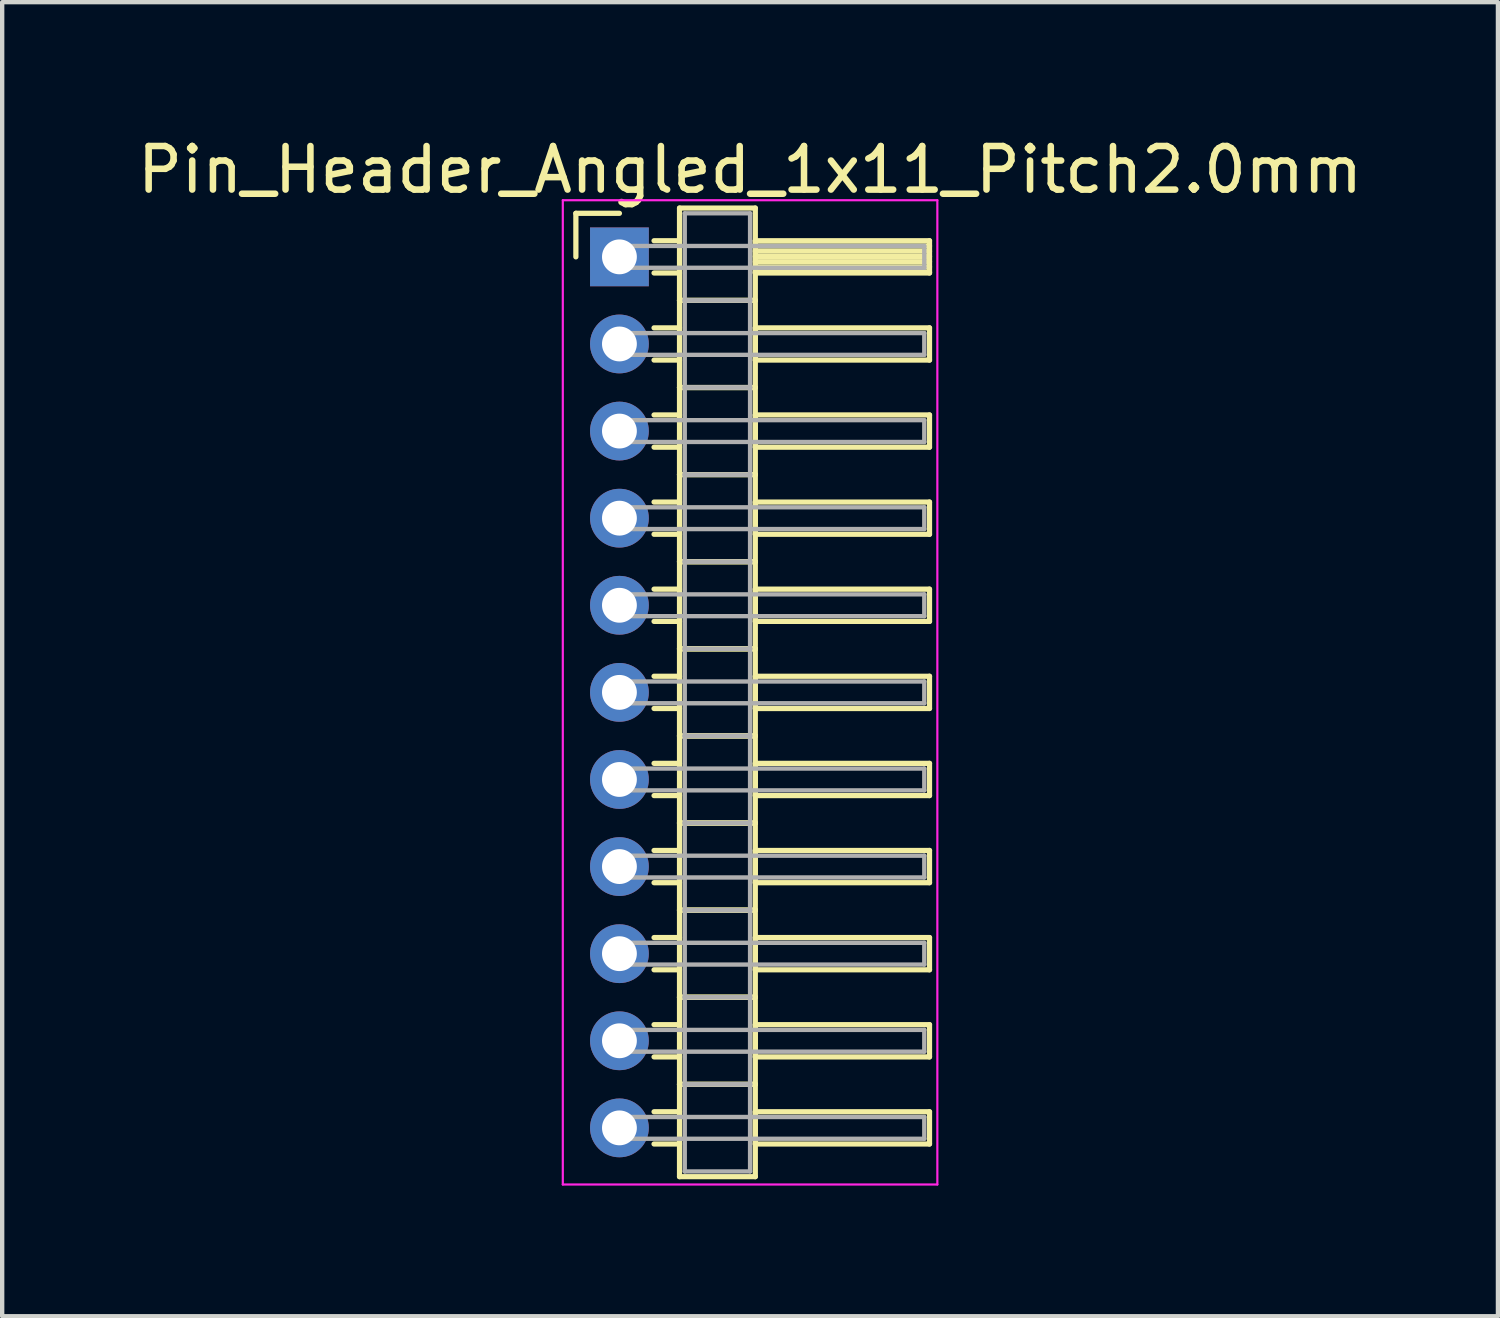
<source format=kicad_pcb>
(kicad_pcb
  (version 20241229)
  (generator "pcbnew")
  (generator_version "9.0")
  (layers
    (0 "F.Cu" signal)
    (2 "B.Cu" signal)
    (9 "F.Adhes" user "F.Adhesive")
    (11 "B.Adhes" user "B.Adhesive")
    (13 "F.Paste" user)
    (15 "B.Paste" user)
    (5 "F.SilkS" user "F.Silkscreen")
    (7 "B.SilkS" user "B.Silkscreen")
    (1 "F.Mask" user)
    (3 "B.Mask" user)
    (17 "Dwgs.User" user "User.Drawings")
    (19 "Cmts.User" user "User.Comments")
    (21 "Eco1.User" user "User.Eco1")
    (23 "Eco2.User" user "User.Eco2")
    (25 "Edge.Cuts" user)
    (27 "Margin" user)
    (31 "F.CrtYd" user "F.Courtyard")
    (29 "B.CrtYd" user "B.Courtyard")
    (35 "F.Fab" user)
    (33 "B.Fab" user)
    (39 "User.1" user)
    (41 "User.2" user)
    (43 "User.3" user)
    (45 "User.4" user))
  (footprint "Pin_Header_Angled_1x11_Pitch2.0mm"
    (layer "F.Cu")
    (at 11.173 2.848)
    (property "Reference" "Pin_Header_Angled_1x11_Pitch2.0mm" (at 3 -2 0) (layer "F.SilkS") (effects (font (size 1 1) (thickness 0.15))))
    (attr through_hole)
    (fp_line (start -1 -1) (end 0 -1) (stroke (width 0.12) (type solid)) (layer "F.SilkS"))
    (fp_line (start -1 0) (end -1 -1) (stroke (width 0.12) (type solid)) (layer "F.SilkS"))
    (fp_line (start 0.795 -0.37) (end 1.38 -0.37) (stroke (width 0.12) (type solid)) (layer "F.SilkS"))
    (fp_line (start 0.795 0.37) (end 1.38 0.37) (stroke (width 0.12) (type solid)) (layer "F.SilkS"))
    (fp_line (start 0.795 1.63) (end 1.38 1.63) (stroke (width 0.12) (type solid)) (layer "F.SilkS"))
    (fp_line (start 0.795 2.37) (end 1.38 2.37) (stroke (width 0.12) (type solid)) (layer "F.SilkS"))
    (fp_line (start 0.795 3.63) (end 1.38 3.63) (stroke (width 0.12) (type solid)) (layer "F.SilkS"))
    (fp_line (start 0.795 4.37) (end 1.38 4.37) (stroke (width 0.12) (type solid)) (layer "F.SilkS"))
    (fp_line (start 0.795 5.63) (end 1.38 5.63) (stroke (width 0.12) (type solid)) (layer "F.SilkS"))
    (fp_line (start 0.795 6.37) (end 1.38 6.37) (stroke (width 0.12) (type solid)) (layer "F.SilkS"))
    (fp_line (start 0.795 7.63) (end 1.38 7.63) (stroke (width 0.12) (type solid)) (layer "F.SilkS"))
    (fp_line (start 0.795 8.37) (end 1.38 8.37) (stroke (width 0.12) (type solid)) (layer "F.SilkS"))
    (fp_line (start 0.795 9.63) (end 1.38 9.63) (stroke (width 0.12) (type solid)) (layer "F.SilkS"))
    (fp_line (start 0.795 10.37) (end 1.38 10.37) (stroke (width 0.12) (type solid)) (layer "F.SilkS"))
    (fp_line (start 0.795 11.63) (end 1.38 11.63) (stroke (width 0.12) (type solid)) (layer "F.SilkS"))
    (fp_line (start 0.795 12.37) (end 1.38 12.37) (stroke (width 0.12) (type solid)) (layer "F.SilkS"))
    (fp_line (start 0.795 13.63) (end 1.38 13.63) (stroke (width 0.12) (type solid)) (layer "F.SilkS"))
    (fp_line (start 0.795 14.37) (end 1.38 14.37) (stroke (width 0.12) (type solid)) (layer "F.SilkS"))
    (fp_line (start 0.795 15.63) (end 1.38 15.63) (stroke (width 0.12) (type solid)) (layer "F.SilkS"))
    (fp_line (start 0.795 16.37) (end 1.38 16.37) (stroke (width 0.12) (type solid)) (layer "F.SilkS"))
    (fp_line (start 0.795 17.63) (end 1.38 17.63) (stroke (width 0.12) (type solid)) (layer "F.SilkS"))
    (fp_line (start 0.795 18.37) (end 1.38 18.37) (stroke (width 0.12) (type solid)) (layer "F.SilkS"))
    (fp_line (start 0.795 19.63) (end 1.38 19.63) (stroke (width 0.12) (type solid)) (layer "F.SilkS"))
    (fp_line (start 0.795 20.37) (end 1.38 20.37) (stroke (width 0.12) (type solid)) (layer "F.SilkS"))
    (fp_line (start 1.38 -1.12) (end 1.38 1) (stroke (width 0.12) (type solid)) (layer "F.SilkS"))
    (fp_line (start 1.38 1) (end 1.38 3) (stroke (width 0.12) (type solid)) (layer "F.SilkS"))
    (fp_line (start 1.38 1) (end 3.12 1) (stroke (width 0.12) (type solid)) (layer "F.SilkS"))
    (fp_line (start 1.38 3) (end 1.38 5) (stroke (width 0.12) (type solid)) (layer "F.SilkS"))
    (fp_line (start 1.38 3) (end 3.12 3) (stroke (width 0.12) (type solid)) (layer "F.SilkS"))
    (fp_line (start 1.38 5) (end 1.38 7) (stroke (width 0.12) (type solid)) (layer "F.SilkS"))
    (fp_line (start 1.38 5) (end 3.12 5) (stroke (width 0.12) (type solid)) (layer "F.SilkS"))
    (fp_line (start 1.38 7) (end 1.38 9) (stroke (width 0.12) (type solid)) (layer "F.SilkS"))
    (fp_line (start 1.38 7) (end 3.12 7) (stroke (width 0.12) (type solid)) (layer "F.SilkS"))
    (fp_line (start 1.38 9) (end 1.38 11) (stroke (width 0.12) (type solid)) (layer "F.SilkS"))
    (fp_line (start 1.38 9) (end 3.12 9) (stroke (width 0.12) (type solid)) (layer "F.SilkS"))
    (fp_line (start 1.38 11) (end 1.38 13) (stroke (width 0.12) (type solid)) (layer "F.SilkS"))
    (fp_line (start 1.38 11) (end 3.12 11) (stroke (width 0.12) (type solid)) (layer "F.SilkS"))
    (fp_line (start 1.38 13) (end 1.38 15) (stroke (width 0.12) (type solid)) (layer "F.SilkS"))
    (fp_line (start 1.38 13) (end 3.12 13) (stroke (width 0.12) (type solid)) (layer "F.SilkS"))
    (fp_line (start 1.38 15) (end 1.38 17) (stroke (width 0.12) (type solid)) (layer "F.SilkS"))
    (fp_line (start 1.38 15) (end 3.12 15) (stroke (width 0.12) (type solid)) (layer "F.SilkS"))
    (fp_line (start 1.38 17) (end 1.38 19) (stroke (width 0.12) (type solid)) (layer "F.SilkS"))
    (fp_line (start 1.38 17) (end 3.12 17) (stroke (width 0.12) (type solid)) (layer "F.SilkS"))
    (fp_line (start 1.38 19) (end 1.38 21.12) (stroke (width 0.12) (type solid)) (layer "F.SilkS"))
    (fp_line (start 1.38 19) (end 3.12 19) (stroke (width 0.12) (type solid)) (layer "F.SilkS"))
    (fp_line (start 1.38 21.12) (end 3.12 21.12) (stroke (width 0.12) (type solid)) (layer "F.SilkS"))
    (fp_line (start 3.12 -1.12) (end 1.38 -1.12) (stroke (width 0.12) (type solid)) (layer "F.SilkS"))
    (fp_line (start 3.12 -0.37) (end 3.12 0.37) (stroke (width 0.12) (type solid)) (layer "F.SilkS"))
    (fp_line (start 3.12 -0.25) (end 7.12 -0.25) (stroke (width 0.12) (type solid)) (layer "F.SilkS"))
    (fp_line (start 3.12 -0.13) (end 7.12 -0.13) (stroke (width 0.12) (type solid)) (layer "F.SilkS"))
    (fp_line (start 3.12 -0.01) (end 7.12 -0.01) (stroke (width 0.12) (type solid)) (layer "F.SilkS"))
    (fp_line (start 3.12 0.11) (end 7.12 0.11) (stroke (width 0.12) (type solid)) (layer "F.SilkS"))
    (fp_line (start 3.12 0.23) (end 7.12 0.23) (stroke (width 0.12) (type solid)) (layer "F.SilkS"))
    (fp_line (start 3.12 0.35) (end 7.12 0.35) (stroke (width 0.12) (type solid)) (layer "F.SilkS"))
    (fp_line (start 3.12 0.37) (end 7.12 0.37) (stroke (width 0.12) (type solid)) (layer "F.SilkS"))
    (fp_line (start 3.12 1) (end 1.38 1) (stroke (width 0.12) (type solid)) (layer "F.SilkS"))
    (fp_line (start 3.12 1) (end 3.12 -1.12) (stroke (width 0.12) (type solid)) (layer "F.SilkS"))
    (fp_line (start 3.12 1.63) (end 3.12 2.37) (stroke (width 0.12) (type solid)) (layer "F.SilkS"))
    (fp_line (start 3.12 2.37) (end 7.12 2.37) (stroke (width 0.12) (type solid)) (layer "F.SilkS"))
    (fp_line (start 3.12 3) (end 1.38 3) (stroke (width 0.12) (type solid)) (layer "F.SilkS"))
    (fp_line (start 3.12 3) (end 3.12 1) (stroke (width 0.12) (type solid)) (layer "F.SilkS"))
    (fp_line (start 3.12 3.63) (end 3.12 4.37) (stroke (width 0.12) (type solid)) (layer "F.SilkS"))
    (fp_line (start 3.12 4.37) (end 7.12 4.37) (stroke (width 0.12) (type solid)) (layer "F.SilkS"))
    (fp_line (start 3.12 5) (end 1.38 5) (stroke (width 0.12) (type solid)) (layer "F.SilkS"))
    (fp_line (start 3.12 5) (end 3.12 3) (stroke (width 0.12) (type solid)) (layer "F.SilkS"))
    (fp_line (start 3.12 5.63) (end 3.12 6.37) (stroke (width 0.12) (type solid)) (layer "F.SilkS"))
    (fp_line (start 3.12 6.37) (end 7.12 6.37) (stroke (width 0.12) (type solid)) (layer "F.SilkS"))
    (fp_line (start 3.12 7) (end 1.38 7) (stroke (width 0.12) (type solid)) (layer "F.SilkS"))
    (fp_line (start 3.12 7) (end 3.12 5) (stroke (width 0.12) (type solid)) (layer "F.SilkS"))
    (fp_line (start 3.12 7.63) (end 3.12 8.37) (stroke (width 0.12) (type solid)) (layer "F.SilkS"))
    (fp_line (start 3.12 8.37) (end 7.12 8.37) (stroke (width 0.12) (type solid)) (layer "F.SilkS"))
    (fp_line (start 3.12 9) (end 1.38 9) (stroke (width 0.12) (type solid)) (layer "F.SilkS"))
    (fp_line (start 3.12 9) (end 3.12 7) (stroke (width 0.12) (type solid)) (layer "F.SilkS"))
    (fp_line (start 3.12 9.63) (end 3.12 10.37) (stroke (width 0.12) (type solid)) (layer "F.SilkS"))
    (fp_line (start 3.12 10.37) (end 7.12 10.37) (stroke (width 0.12) (type solid)) (layer "F.SilkS"))
    (fp_line (start 3.12 11) (end 1.38 11) (stroke (width 0.12) (type solid)) (layer "F.SilkS"))
    (fp_line (start 3.12 11) (end 3.12 9) (stroke (width 0.12) (type solid)) (layer "F.SilkS"))
    (fp_line (start 3.12 11.63) (end 3.12 12.37) (stroke (width 0.12) (type solid)) (layer "F.SilkS"))
    (fp_line (start 3.12 12.37) (end 7.12 12.37) (stroke (width 0.12) (type solid)) (layer "F.SilkS"))
    (fp_line (start 3.12 13) (end 1.38 13) (stroke (width 0.12) (type solid)) (layer "F.SilkS"))
    (fp_line (start 3.12 13) (end 3.12 11) (stroke (width 0.12) (type solid)) (layer "F.SilkS"))
    (fp_line (start 3.12 13.63) (end 3.12 14.37) (stroke (width 0.12) (type solid)) (layer "F.SilkS"))
    (fp_line (start 3.12 14.37) (end 7.12 14.37) (stroke (width 0.12) (type solid)) (layer "F.SilkS"))
    (fp_line (start 3.12 15) (end 1.38 15) (stroke (width 0.12) (type solid)) (layer "F.SilkS"))
    (fp_line (start 3.12 15) (end 3.12 13) (stroke (width 0.12) (type solid)) (layer "F.SilkS"))
    (fp_line (start 3.12 15.63) (end 3.12 16.37) (stroke (width 0.12) (type solid)) (layer "F.SilkS"))
    (fp_line (start 3.12 16.37) (end 7.12 16.37) (stroke (width 0.12) (type solid)) (layer "F.SilkS"))
    (fp_line (start 3.12 17) (end 1.38 17) (stroke (width 0.12) (type solid)) (layer "F.SilkS"))
    (fp_line (start 3.12 17) (end 3.12 15) (stroke (width 0.12) (type solid)) (layer "F.SilkS"))
    (fp_line (start 3.12 17.63) (end 3.12 18.37) (stroke (width 0.12) (type solid)) (layer "F.SilkS"))
    (fp_line (start 3.12 18.37) (end 7.12 18.37) (stroke (width 0.12) (type solid)) (layer "F.SilkS"))
    (fp_line (start 3.12 19) (end 1.38 19) (stroke (width 0.12) (type solid)) (layer "F.SilkS"))
    (fp_line (start 3.12 19) (end 3.12 17) (stroke (width 0.12) (type solid)) (layer "F.SilkS"))
    (fp_line (start 3.12 19.63) (end 3.12 20.37) (stroke (width 0.12) (type solid)) (layer "F.SilkS"))
    (fp_line (start 3.12 20.37) (end 7.12 20.37) (stroke (width 0.12) (type solid)) (layer "F.SilkS"))
    (fp_line (start 3.12 21.12) (end 3.12 19) (stroke (width 0.12) (type solid)) (layer "F.SilkS"))
    (fp_line (start 7.12 -0.37) (end 3.12 -0.37) (stroke (width 0.12) (type solid)) (layer "F.SilkS"))
    (fp_line (start 7.12 0.37) (end 7.12 -0.37) (stroke (width 0.12) (type solid)) (layer "F.SilkS"))
    (fp_line (start 7.12 1.63) (end 3.12 1.63) (stroke (width 0.12) (type solid)) (layer "F.SilkS"))
    (fp_line (start 7.12 2.37) (end 7.12 1.63) (stroke (width 0.12) (type solid)) (layer "F.SilkS"))
    (fp_line (start 7.12 3.63) (end 3.12 3.63) (stroke (width 0.12) (type solid)) (layer "F.SilkS"))
    (fp_line (start 7.12 4.37) (end 7.12 3.63) (stroke (width 0.12) (type solid)) (layer "F.SilkS"))
    (fp_line (start 7.12 5.63) (end 3.12 5.63) (stroke (width 0.12) (type solid)) (layer "F.SilkS"))
    (fp_line (start 7.12 6.37) (end 7.12 5.63) (stroke (width 0.12) (type solid)) (layer "F.SilkS"))
    (fp_line (start 7.12 7.63) (end 3.12 7.63) (stroke (width 0.12) (type solid)) (layer "F.SilkS"))
    (fp_line (start 7.12 8.37) (end 7.12 7.63) (stroke (width 0.12) (type solid)) (layer "F.SilkS"))
    (fp_line (start 7.12 9.63) (end 3.12 9.63) (stroke (width 0.12) (type solid)) (layer "F.SilkS"))
    (fp_line (start 7.12 10.37) (end 7.12 9.63) (stroke (width 0.12) (type solid)) (layer "F.SilkS"))
    (fp_line (start 7.12 11.63) (end 3.12 11.63) (stroke (width 0.12) (type solid)) (layer "F.SilkS"))
    (fp_line (start 7.12 12.37) (end 7.12 11.63) (stroke (width 0.12) (type solid)) (layer "F.SilkS"))
    (fp_line (start 7.12 13.63) (end 3.12 13.63) (stroke (width 0.12) (type solid)) (layer "F.SilkS"))
    (fp_line (start 7.12 14.37) (end 7.12 13.63) (stroke (width 0.12) (type solid)) (layer "F.SilkS"))
    (fp_line (start 7.12 15.63) (end 3.12 15.63) (stroke (width 0.12) (type solid)) (layer "F.SilkS"))
    (fp_line (start 7.12 16.37) (end 7.12 15.63) (stroke (width 0.12) (type solid)) (layer "F.SilkS"))
    (fp_line (start 7.12 17.63) (end 3.12 17.63) (stroke (width 0.12) (type solid)) (layer "F.SilkS"))
    (fp_line (start 7.12 18.37) (end 7.12 17.63) (stroke (width 0.12) (type solid)) (layer "F.SilkS"))
    (fp_line (start 7.12 19.63) (end 3.12 19.63) (stroke (width 0.12) (type solid)) (layer "F.SilkS"))
    (fp_line (start 7.12 20.37) (end 7.12 19.63) (stroke (width 0.12) (type solid)) (layer "F.SilkS"))
    (fp_line (start -1.3 -1.3) (end -1.3 21.3) (stroke (width 0.05) (type solid)) (layer "F.CrtYd"))
    (fp_line (start -1.3 21.3) (end 7.3 21.3) (stroke (width 0.05) (type solid)) (layer "F.CrtYd"))
    (fp_line (start 7.3 -1.3) (end -1.3 -1.3) (stroke (width 0.05) (type solid)) (layer "F.CrtYd"))
    (fp_line (start 7.3 21.3) (end 7.3 -1.3) (stroke (width 0.05) (type solid)) (layer "F.CrtYd"))
    (fp_line (start 0 -0.25) (end 0 0.25) (stroke (width 0.1) (type solid)) (layer "F.Fab"))
    (fp_line (start 0 0.25) (end 7 0.25) (stroke (width 0.1) (type solid)) (layer "F.Fab"))
    (fp_line (start 0 1.75) (end 0 2.25) (stroke (width 0.1) (type solid)) (layer "F.Fab"))
    (fp_line (start 0 2.25) (end 7 2.25) (stroke (width 0.1) (type solid)) (layer "F.Fab"))
    (fp_line (start 0 3.75) (end 0 4.25) (stroke (width 0.1) (type solid)) (layer "F.Fab"))
    (fp_line (start 0 4.25) (end 7 4.25) (stroke (width 0.1) (type solid)) (layer "F.Fab"))
    (fp_line (start 0 5.75) (end 0 6.25) (stroke (width 0.1) (type solid)) (layer "F.Fab"))
    (fp_line (start 0 6.25) (end 7 6.25) (stroke (width 0.1) (type solid)) (layer "F.Fab"))
    (fp_line (start 0 7.75) (end 0 8.25) (stroke (width 0.1) (type solid)) (layer "F.Fab"))
    (fp_line (start 0 8.25) (end 7 8.25) (stroke (width 0.1) (type solid)) (layer "F.Fab"))
    (fp_line (start 0 9.75) (end 0 10.25) (stroke (width 0.1) (type solid)) (layer "F.Fab"))
    (fp_line (start 0 10.25) (end 7 10.25) (stroke (width 0.1) (type solid)) (layer "F.Fab"))
    (fp_line (start 0 11.75) (end 0 12.25) (stroke (width 0.1) (type solid)) (layer "F.Fab"))
    (fp_line (start 0 12.25) (end 7 12.25) (stroke (width 0.1) (type solid)) (layer "F.Fab"))
    (fp_line (start 0 13.75) (end 0 14.25) (stroke (width 0.1) (type solid)) (layer "F.Fab"))
    (fp_line (start 0 14.25) (end 7 14.25) (stroke (width 0.1) (type solid)) (layer "F.Fab"))
    (fp_line (start 0 15.75) (end 0 16.25) (stroke (width 0.1) (type solid)) (layer "F.Fab"))
    (fp_line (start 0 16.25) (end 7 16.25) (stroke (width 0.1) (type solid)) (layer "F.Fab"))
    (fp_line (start 0 17.75) (end 0 18.25) (stroke (width 0.1) (type solid)) (layer "F.Fab"))
    (fp_line (start 0 18.25) (end 7 18.25) (stroke (width 0.1) (type solid)) (layer "F.Fab"))
    (fp_line (start 0 19.75) (end 0 20.25) (stroke (width 0.1) (type solid)) (layer "F.Fab"))
    (fp_line (start 0 20.25) (end 7 20.25) (stroke (width 0.1) (type solid)) (layer "F.Fab"))
    (fp_line (start 1.5 -1) (end 1.5 1) (stroke (width 0.1) (type solid)) (layer "F.Fab"))
    (fp_line (start 1.5 1) (end 1.5 3) (stroke (width 0.1) (type solid)) (layer "F.Fab"))
    (fp_line (start 1.5 1) (end 3 1) (stroke (width 0.1) (type solid)) (layer "F.Fab"))
    (fp_line (start 1.5 3) (end 1.5 5) (stroke (width 0.1) (type solid)) (layer "F.Fab"))
    (fp_line (start 1.5 3) (end 3 3) (stroke (width 0.1) (type solid)) (layer "F.Fab"))
    (fp_line (start 1.5 5) (end 1.5 7) (stroke (width 0.1) (type solid)) (layer "F.Fab"))
    (fp_line (start 1.5 5) (end 3 5) (stroke (width 0.1) (type solid)) (layer "F.Fab"))
    (fp_line (start 1.5 7) (end 1.5 9) (stroke (width 0.1) (type solid)) (layer "F.Fab"))
    (fp_line (start 1.5 7) (end 3 7) (stroke (width 0.1) (type solid)) (layer "F.Fab"))
    (fp_line (start 1.5 9) (end 1.5 11) (stroke (width 0.1) (type solid)) (layer "F.Fab"))
    (fp_line (start 1.5 9) (end 3 9) (stroke (width 0.1) (type solid)) (layer "F.Fab"))
    (fp_line (start 1.5 11) (end 1.5 13) (stroke (width 0.1) (type solid)) (layer "F.Fab"))
    (fp_line (start 1.5 11) (end 3 11) (stroke (width 0.1) (type solid)) (layer "F.Fab"))
    (fp_line (start 1.5 13) (end 1.5 15) (stroke (width 0.1) (type solid)) (layer "F.Fab"))
    (fp_line (start 1.5 13) (end 3 13) (stroke (width 0.1) (type solid)) (layer "F.Fab"))
    (fp_line (start 1.5 15) (end 1.5 17) (stroke (width 0.1) (type solid)) (layer "F.Fab"))
    (fp_line (start 1.5 15) (end 3 15) (stroke (width 0.1) (type solid)) (layer "F.Fab"))
    (fp_line (start 1.5 17) (end 1.5 19) (stroke (width 0.1) (type solid)) (layer "F.Fab"))
    (fp_line (start 1.5 17) (end 3 17) (stroke (width 0.1) (type solid)) (layer "F.Fab"))
    (fp_line (start 1.5 19) (end 1.5 21) (stroke (width 0.1) (type solid)) (layer "F.Fab"))
    (fp_line (start 1.5 19) (end 3 19) (stroke (width 0.1) (type solid)) (layer "F.Fab"))
    (fp_line (start 1.5 21) (end 3 21) (stroke (width 0.1) (type solid)) (layer "F.Fab"))
    (fp_line (start 3 -1) (end 1.5 -1) (stroke (width 0.1) (type solid)) (layer "F.Fab"))
    (fp_line (start 3 1) (end 1.5 1) (stroke (width 0.1) (type solid)) (layer "F.Fab"))
    (fp_line (start 3 1) (end 3 -1) (stroke (width 0.1) (type solid)) (layer "F.Fab"))
    (fp_line (start 3 3) (end 1.5 3) (stroke (width 0.1) (type solid)) (layer "F.Fab"))
    (fp_line (start 3 3) (end 3 1) (stroke (width 0.1) (type solid)) (layer "F.Fab"))
    (fp_line (start 3 5) (end 1.5 5) (stroke (width 0.1) (type solid)) (layer "F.Fab"))
    (fp_line (start 3 5) (end 3 3) (stroke (width 0.1) (type solid)) (layer "F.Fab"))
    (fp_line (start 3 7) (end 1.5 7) (stroke (width 0.1) (type solid)) (layer "F.Fab"))
    (fp_line (start 3 7) (end 3 5) (stroke (width 0.1) (type solid)) (layer "F.Fab"))
    (fp_line (start 3 9) (end 1.5 9) (stroke (width 0.1) (type solid)) (layer "F.Fab"))
    (fp_line (start 3 9) (end 3 7) (stroke (width 0.1) (type solid)) (layer "F.Fab"))
    (fp_line (start 3 11) (end 1.5 11) (stroke (width 0.1) (type solid)) (layer "F.Fab"))
    (fp_line (start 3 11) (end 3 9) (stroke (width 0.1) (type solid)) (layer "F.Fab"))
    (fp_line (start 3 13) (end 1.5 13) (stroke (width 0.1) (type solid)) (layer "F.Fab"))
    (fp_line (start 3 13) (end 3 11) (stroke (width 0.1) (type solid)) (layer "F.Fab"))
    (fp_line (start 3 15) (end 1.5 15) (stroke (width 0.1) (type solid)) (layer "F.Fab"))
    (fp_line (start 3 15) (end 3 13) (stroke (width 0.1) (type solid)) (layer "F.Fab"))
    (fp_line (start 3 17) (end 1.5 17) (stroke (width 0.1) (type solid)) (layer "F.Fab"))
    (fp_line (start 3 17) (end 3 15) (stroke (width 0.1) (type solid)) (layer "F.Fab"))
    (fp_line (start 3 19) (end 1.5 19) (stroke (width 0.1) (type solid)) (layer "F.Fab"))
    (fp_line (start 3 19) (end 3 17) (stroke (width 0.1) (type solid)) (layer "F.Fab"))
    (fp_line (start 3 21) (end 3 19) (stroke (width 0.1) (type solid)) (layer "F.Fab"))
    (fp_line (start 7 -0.25) (end 0 -0.25) (stroke (width 0.1) (type solid)) (layer "F.Fab"))
    (fp_line (start 7 0.25) (end 7 -0.25) (stroke (width 0.1) (type solid)) (layer "F.Fab"))
    (fp_line (start 7 1.75) (end 0 1.75) (stroke (width 0.1) (type solid)) (layer "F.Fab"))
    (fp_line (start 7 2.25) (end 7 1.75) (stroke (width 0.1) (type solid)) (layer "F.Fab"))
    (fp_line (start 7 3.75) (end 0 3.75) (stroke (width 0.1) (type solid)) (layer "F.Fab"))
    (fp_line (start 7 4.25) (end 7 3.75) (stroke (width 0.1) (type solid)) (layer "F.Fab"))
    (fp_line (start 7 5.75) (end 0 5.75) (stroke (width 0.1) (type solid)) (layer "F.Fab"))
    (fp_line (start 7 6.25) (end 7 5.75) (stroke (width 0.1) (type solid)) (layer "F.Fab"))
    (fp_line (start 7 7.75) (end 0 7.75) (stroke (width 0.1) (type solid)) (layer "F.Fab"))
    (fp_line (start 7 8.25) (end 7 7.75) (stroke (width 0.1) (type solid)) (layer "F.Fab"))
    (fp_line (start 7 9.75) (end 0 9.75) (stroke (width 0.1) (type solid)) (layer "F.Fab"))
    (fp_line (start 7 10.25) (end 7 9.75) (stroke (width 0.1) (type solid)) (layer "F.Fab"))
    (fp_line (start 7 11.75) (end 0 11.75) (stroke (width 0.1) (type solid)) (layer "F.Fab"))
    (fp_line (start 7 12.25) (end 7 11.75) (stroke (width 0.1) (type solid)) (layer "F.Fab"))
    (fp_line (start 7 13.75) (end 0 13.75) (stroke (width 0.1) (type solid)) (layer "F.Fab"))
    (fp_line (start 7 14.25) (end 7 13.75) (stroke (width 0.1) (type solid)) (layer "F.Fab"))
    (fp_line (start 7 15.75) (end 0 15.75) (stroke (width 0.1) (type solid)) (layer "F.Fab"))
    (fp_line (start 7 16.25) (end 7 15.75) (stroke (width 0.1) (type solid)) (layer "F.Fab"))
    (fp_line (start 7 17.75) (end 0 17.75) (stroke (width 0.1) (type solid)) (layer "F.Fab"))
    (fp_line (start 7 18.25) (end 7 17.75) (stroke (width 0.1) (type solid)) (layer "F.Fab"))
    (fp_line (start 7 19.75) (end 0 19.75) (stroke (width 0.1) (type solid)) (layer "F.Fab"))
    (fp_line (start 7 20.25) (end 7 19.75) (stroke (width 0.1) (type solid)) (layer "F.Fab"))
    (pad "1" thru_hole rect (at 0 0) (size 1.35 1.35) (drill 0.8) (layers "*.Cu" "*.Mask"))
    (pad "2" thru_hole oval (at 0 2) (size 1.35 1.35) (drill 0.8) (layers "*.Cu" "*.Mask"))
    (pad "3" thru_hole oval (at 0 4) (size 1.35 1.35) (drill 0.8) (layers "*.Cu" "*.Mask"))
    (pad "4" thru_hole oval (at 0 6) (size 1.35 1.35) (drill 0.8) (layers "*.Cu" "*.Mask"))
    (pad "5" thru_hole oval (at 0 8) (size 1.35 1.35) (drill 0.8) (layers "*.Cu" "*.Mask"))
    (pad "6" thru_hole oval (at 0 10) (size 1.35 1.35) (drill 0.8) (layers "*.Cu" "*.Mask"))
    (pad "7" thru_hole oval (at 0 12) (size 1.35 1.35) (drill 0.8) (layers "*.Cu" "*.Mask"))
    (pad "8" thru_hole oval (at 0 14) (size 1.35 1.35) (drill 0.8) (layers "*.Cu" "*.Mask"))
    (pad "9" thru_hole oval (at 0 16) (size 1.35 1.35) (drill 0.8) (layers "*.Cu" "*.Mask"))
    (pad "10" thru_hole oval (at 0 18) (size 1.35 1.35) (drill 0.8) (layers "*.Cu" "*.Mask"))
    (pad "11" thru_hole oval (at 0 20) (size 1.35 1.35) (drill 0.8) (layers "*.Cu" "*.Mask")))
  (gr_rect
    (start -3 -3)
    (end 31.345 27.173)
    (stroke (width 0.1) (type default))
    (fill no)
    (layer "Edge.Cuts")))
</source>
